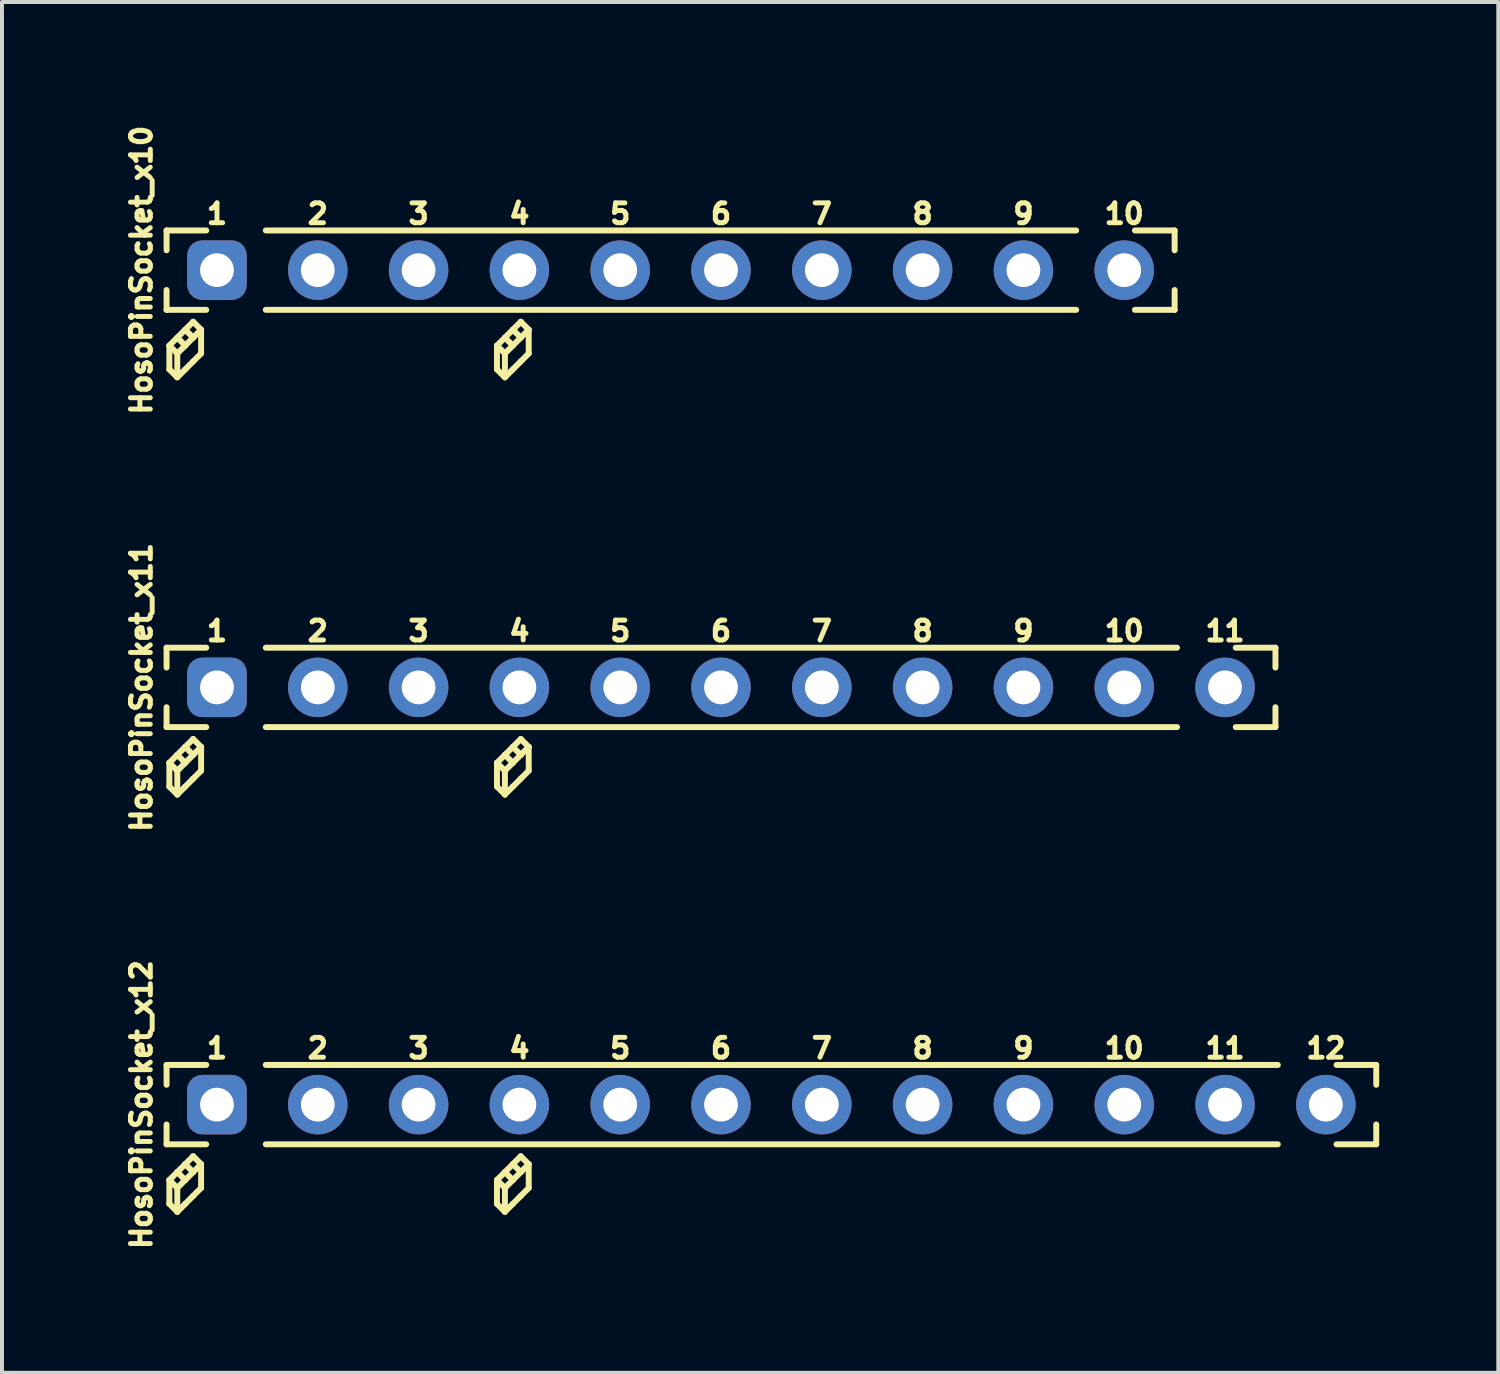
<source format=kicad_pcb>
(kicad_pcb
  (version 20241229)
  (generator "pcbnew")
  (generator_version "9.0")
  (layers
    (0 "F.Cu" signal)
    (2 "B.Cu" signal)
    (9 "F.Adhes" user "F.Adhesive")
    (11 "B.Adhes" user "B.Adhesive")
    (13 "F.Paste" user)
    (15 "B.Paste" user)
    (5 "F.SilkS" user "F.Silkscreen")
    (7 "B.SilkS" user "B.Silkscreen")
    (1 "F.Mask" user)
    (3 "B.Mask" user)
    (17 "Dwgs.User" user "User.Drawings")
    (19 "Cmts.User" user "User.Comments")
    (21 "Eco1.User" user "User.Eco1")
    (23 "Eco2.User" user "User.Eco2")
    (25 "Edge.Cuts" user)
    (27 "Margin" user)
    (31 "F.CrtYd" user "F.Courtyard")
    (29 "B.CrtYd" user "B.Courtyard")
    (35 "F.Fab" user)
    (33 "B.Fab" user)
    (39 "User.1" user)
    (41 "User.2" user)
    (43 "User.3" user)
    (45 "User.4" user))
  (footprint "HosoPinSocket_x12"
    (layer "F.Cu")
    (at 2.417 24.783)
    (property "Reference" "HosoPinSocket_x12" (at -1.905 0 90) (layer "F.SilkS") (effects (font (size 0.5 0.5) (thickness 0.125))))
    (attr through_hole)
    (fp_line (start -1.27 -1) (end -1.27 -0.5) (stroke (width 0.15) (type solid)) (layer "F.SilkS"))
    (fp_line (start -1.27 -1) (end -0.27 -1) (stroke (width 0.15) (type solid)) (layer "F.SilkS"))
    (fp_line (start -1.27 1) (end -1.27 0.5) (stroke (width 0.15) (type solid)) (layer "F.SilkS"))
    (fp_line (start -1.27 1) (end -0.27 1) (stroke (width 0.15) (type solid)) (layer "F.SilkS"))
    (fp_line (start -1.2 1.9) (end -1.2 2.5) (stroke (width 0.15) (type solid)) (layer "F.SilkS"))
    (fp_line (start -1.2 1.9) (end -1 1.7) (stroke (width 0.15) (type solid)) (layer "F.SilkS"))
    (fp_line (start -1.2 2.5) (end -1 2.7) (stroke (width 0.15) (type solid)) (layer "F.SilkS"))
    (fp_line (start -1 1.7) (end -0.8 1.5) (stroke (width 0.15) (type solid)) (layer "F.SilkS"))
    (fp_line (start -1 1.7) (end -0.8 1.9) (stroke (width 0.15) (type solid)) (layer "F.SilkS"))
    (fp_line (start -1 2.1) (end -1.2 1.9) (stroke (width 0.15) (type solid)) (layer "F.SilkS"))
    (fp_line (start -1 2.1) (end -1 2.7) (stroke (width 0.15) (type solid)) (layer "F.SilkS"))
    (fp_line (start -1 2.7) (end -0.8 2.5) (stroke (width 0.15) (type solid)) (layer "F.SilkS"))
    (fp_line (start -0.8 1.5) (end -0.6 1.3) (stroke (width 0.15) (type solid)) (layer "F.SilkS"))
    (fp_line (start -0.8 1.5) (end -0.6 1.7) (stroke (width 0.15) (type solid)) (layer "F.SilkS"))
    (fp_line (start -0.8 1.9) (end -1 2.1) (stroke (width 0.15) (type solid)) (layer "F.SilkS"))
    (fp_line (start -0.6 1.3) (end -0.4 1.5) (stroke (width 0.15) (type solid)) (layer "F.SilkS"))
    (fp_line (start -0.6 1.7) (end -0.8 1.9) (stroke (width 0.15) (type solid)) (layer "F.SilkS"))
    (fp_line (start -0.6 2.3) (end -0.8 2.5) (stroke (width 0.15) (type solid)) (layer "F.SilkS"))
    (fp_line (start -0.4 1.5) (end -0.6 1.7) (stroke (width 0.15) (type solid)) (layer "F.SilkS"))
    (fp_line (start -0.4 1.5) (end -0.4 2.1) (stroke (width 0.15) (type solid)) (layer "F.SilkS"))
    (fp_line (start -0.4 2.1) (end -0.6 2.3) (stroke (width 0.15) (type solid)) (layer "F.SilkS"))
    (fp_line (start 1.23 -1) (end 26.73 -1) (stroke (width 0.15) (type solid)) (layer "F.SilkS"))
    (fp_line (start 7.055 1.9) (end 7.055 2.5) (stroke (width 0.15) (type solid)) (layer "F.SilkS"))
    (fp_line (start 7.055 1.9) (end 7.255 1.7) (stroke (width 0.15) (type solid)) (layer "F.SilkS"))
    (fp_line (start 7.055 2.5) (end 7.255 2.7) (stroke (width 0.15) (type solid)) (layer "F.SilkS"))
    (fp_line (start 7.255 1.7) (end 7.455 1.5) (stroke (width 0.15) (type solid)) (layer "F.SilkS"))
    (fp_line (start 7.255 1.7) (end 7.455 1.9) (stroke (width 0.15) (type solid)) (layer "F.SilkS"))
    (fp_line (start 7.255 2.1) (end 7.055 1.9) (stroke (width 0.15) (type solid)) (layer "F.SilkS"))
    (fp_line (start 7.255 2.1) (end 7.255 2.7) (stroke (width 0.15) (type solid)) (layer "F.SilkS"))
    (fp_line (start 7.255 2.7) (end 7.455 2.5) (stroke (width 0.15) (type solid)) (layer "F.SilkS"))
    (fp_line (start 7.455 1.5) (end 7.655 1.3) (stroke (width 0.15) (type solid)) (layer "F.SilkS"))
    (fp_line (start 7.455 1.5) (end 7.655 1.7) (stroke (width 0.15) (type solid)) (layer "F.SilkS"))
    (fp_line (start 7.455 1.9) (end 7.255 2.1) (stroke (width 0.15) (type solid)) (layer "F.SilkS"))
    (fp_line (start 7.655 1.3) (end 7.855 1.5) (stroke (width 0.15) (type solid)) (layer "F.SilkS"))
    (fp_line (start 7.655 1.7) (end 7.455 1.9) (stroke (width 0.15) (type solid)) (layer "F.SilkS"))
    (fp_line (start 7.655 2.3) (end 7.455 2.5) (stroke (width 0.15) (type solid)) (layer "F.SilkS"))
    (fp_line (start 7.855 1.5) (end 7.655 1.7) (stroke (width 0.15) (type solid)) (layer "F.SilkS"))
    (fp_line (start 7.855 1.5) (end 7.855 2.1) (stroke (width 0.15) (type solid)) (layer "F.SilkS"))
    (fp_line (start 7.855 2.1) (end 7.655 2.3) (stroke (width 0.15) (type solid)) (layer "F.SilkS"))
    (fp_line (start 26.73 1) (end 1.23 1) (stroke (width 0.15) (type solid)) (layer "F.SilkS"))
    (fp_line (start 29.21 -1) (end 28.21 -1) (stroke (width 0.15) (type solid)) (layer "F.SilkS"))
    (fp_line (start 29.21 -0.5) (end 29.21 -1) (stroke (width 0.15) (type solid)) (layer "F.SilkS"))
    (fp_line (start 29.21 1) (end 28.21 1) (stroke (width 0.15) (type solid)) (layer "F.SilkS"))
    (fp_line (start 29.21 1) (end 29.21 0.5) (stroke (width 0.15) (type solid)) (layer "F.SilkS"))
    (fp_text user "9" (at 20.32 -1.42 0) (layer "F.SilkS") (effects (font (size 0.5 0.5) (thickness 0.125))))
    (fp_text user "1" (at 0 -1.42 0) (layer "F.SilkS") (effects (font (size 0.5 0.5) (thickness 0.125))))
    (fp_text user "8" (at 17.78 -1.42 0) (layer "F.SilkS") (effects (font (size 0.5 0.5) (thickness 0.125))))
    (fp_text user "4" (at 7.62 -1.42 0) (layer "F.SilkS") (effects (font (size 0.5 0.5) (thickness 0.125))))
    (fp_text user "2" (at 2.54 -1.42 0) (layer "F.SilkS") (effects (font (size 0.5 0.5) (thickness 0.125))))
    (fp_text user "7" (at 15.24 -1.42 0) (layer "F.SilkS") (effects (font (size 0.5 0.5) (thickness 0.125))))
    (fp_text user "5" (at 10.16 -1.42 0) (layer "F.SilkS") (effects (font (size 0.5 0.5) (thickness 0.125))))
    (fp_text user "10" (at 22.86 -1.42 0) (layer "F.SilkS") (effects (font (size 0.5 0.5) (thickness 0.125))))
    (fp_text user "6" (at 12.7 -1.42 0) (layer "F.SilkS") (effects (font (size 0.5 0.5) (thickness 0.125))))
    (fp_text user "3" (at 5.08 -1.42 0) (layer "F.SilkS") (effects (font (size 0.5 0.5) (thickness 0.125))))
    (fp_text user "11" (at 25.4 -1.42 0) (layer "F.SilkS") (effects (font (size 0.5 0.5) (thickness 0.125))))
    (fp_text user "12" (at 27.94 -1.42 0) (layer "F.SilkS") (effects (font (size 0.5 0.5) (thickness 0.125))))
    (pad "1" thru_hole roundrect (at 0 0 90) (size 1.5 1.5) (drill 0.85) (layers "*.Cu" "*.Mask") (roundrect_rratio 0.25))
    (pad "2" thru_hole circle (at 2.54 0) (size 1.5 1.5) (drill 0.85) (layers "*.Cu" "*.Mask"))
    (pad "3" thru_hole circle (at 5.08 0) (size 1.5 1.5) (drill 0.85) (layers "*.Cu" "*.Mask"))
    (pad "4" thru_hole circle (at 7.62 0) (size 1.5 1.5) (drill 0.85) (layers "*.Cu" "*.Mask"))
    (pad "5" thru_hole circle (at 10.16 0) (size 1.5 1.5) (drill 0.85) (layers "*.Cu" "*.Mask"))
    (pad "6" thru_hole circle (at 12.7 0) (size 1.5 1.5) (drill 0.85) (layers "*.Cu" "*.Mask"))
    (pad "7" thru_hole circle (at 15.24 0) (size 1.5 1.5) (drill 0.85) (layers "*.Cu" "*.Mask"))
    (pad "8" thru_hole circle (at 17.78 0) (size 1.5 1.5) (drill 0.85) (layers "*.Cu" "*.Mask"))
    (pad "9" thru_hole circle (at 20.32 0) (size 1.5 1.5) (drill 0.85) (layers "*.Cu" "*.Mask"))
    (pad "10" thru_hole circle (at 22.86 0) (size 1.5 1.5) (drill 0.85) (layers "*.Cu" "*.Mask"))
    (pad "11" thru_hole circle (at 25.4 0) (size 1.5 1.5) (drill 0.85) (layers "*.Cu" "*.Mask"))
    (pad "12" thru_hole circle (at 27.94 0) (size 1.5 1.5) (drill 0.85) (layers "*.Cu" "B.Mask")))
  (footprint "HosoPinSocket_x11"
    (layer "F.Cu")
    (at 2.417 14.27)
    (property "Reference" "HosoPinSocket_x11" (at -1.905 0 90) (layer "F.SilkS") (effects (font (size 0.5 0.5) (thickness 0.125))))
    (attr through_hole)
    (fp_line (start -1.27 -1) (end -1.27 -0.5) (stroke (width 0.15) (type solid)) (layer "F.SilkS"))
    (fp_line (start -1.27 -1) (end -0.27 -1) (stroke (width 0.15) (type solid)) (layer "F.SilkS"))
    (fp_line (start -1.27 1) (end -1.27 0.5) (stroke (width 0.15) (type solid)) (layer "F.SilkS"))
    (fp_line (start -1.27 1) (end -0.27 1) (stroke (width 0.15) (type solid)) (layer "F.SilkS"))
    (fp_line (start -1.2 1.9) (end -1.2 2.5) (stroke (width 0.15) (type solid)) (layer "F.SilkS"))
    (fp_line (start -1.2 1.9) (end -1 1.7) (stroke (width 0.15) (type solid)) (layer "F.SilkS"))
    (fp_line (start -1.2 2.5) (end -1 2.7) (stroke (width 0.15) (type solid)) (layer "F.SilkS"))
    (fp_line (start -1 1.7) (end -0.8 1.5) (stroke (width 0.15) (type solid)) (layer "F.SilkS"))
    (fp_line (start -1 1.7) (end -0.8 1.9) (stroke (width 0.15) (type solid)) (layer "F.SilkS"))
    (fp_line (start -1 2.1) (end -1.2 1.9) (stroke (width 0.15) (type solid)) (layer "F.SilkS"))
    (fp_line (start -1 2.1) (end -1 2.7) (stroke (width 0.15) (type solid)) (layer "F.SilkS"))
    (fp_line (start -1 2.7) (end -0.8 2.5) (stroke (width 0.15) (type solid)) (layer "F.SilkS"))
    (fp_line (start -0.8 1.5) (end -0.6 1.3) (stroke (width 0.15) (type solid)) (layer "F.SilkS"))
    (fp_line (start -0.8 1.5) (end -0.6 1.7) (stroke (width 0.15) (type solid)) (layer "F.SilkS"))
    (fp_line (start -0.8 1.9) (end -1 2.1) (stroke (width 0.15) (type solid)) (layer "F.SilkS"))
    (fp_line (start -0.6 1.3) (end -0.4 1.5) (stroke (width 0.15) (type solid)) (layer "F.SilkS"))
    (fp_line (start -0.6 1.7) (end -0.8 1.9) (stroke (width 0.15) (type solid)) (layer "F.SilkS"))
    (fp_line (start -0.6 2.3) (end -0.8 2.5) (stroke (width 0.15) (type solid)) (layer "F.SilkS"))
    (fp_line (start -0.4 1.5) (end -0.6 1.7) (stroke (width 0.15) (type solid)) (layer "F.SilkS"))
    (fp_line (start -0.4 1.5) (end -0.4 2.1) (stroke (width 0.15) (type solid)) (layer "F.SilkS"))
    (fp_line (start -0.4 2.1) (end -0.6 2.3) (stroke (width 0.15) (type solid)) (layer "F.SilkS"))
    (fp_line (start 1.23 -1) (end 24.19 -1) (stroke (width 0.15) (type solid)) (layer "F.SilkS"))
    (fp_line (start 7.055 1.9) (end 7.055 2.5) (stroke (width 0.15) (type solid)) (layer "F.SilkS"))
    (fp_line (start 7.055 1.9) (end 7.255 1.7) (stroke (width 0.15) (type solid)) (layer "F.SilkS"))
    (fp_line (start 7.055 2.5) (end 7.255 2.7) (stroke (width 0.15) (type solid)) (layer "F.SilkS"))
    (fp_line (start 7.255 1.7) (end 7.455 1.5) (stroke (width 0.15) (type solid)) (layer "F.SilkS"))
    (fp_line (start 7.255 1.7) (end 7.455 1.9) (stroke (width 0.15) (type solid)) (layer "F.SilkS"))
    (fp_line (start 7.255 2.1) (end 7.055 1.9) (stroke (width 0.15) (type solid)) (layer "F.SilkS"))
    (fp_line (start 7.255 2.1) (end 7.255 2.7) (stroke (width 0.15) (type solid)) (layer "F.SilkS"))
    (fp_line (start 7.255 2.7) (end 7.455 2.5) (stroke (width 0.15) (type solid)) (layer "F.SilkS"))
    (fp_line (start 7.455 1.5) (end 7.655 1.3) (stroke (width 0.15) (type solid)) (layer "F.SilkS"))
    (fp_line (start 7.455 1.5) (end 7.655 1.7) (stroke (width 0.15) (type solid)) (layer "F.SilkS"))
    (fp_line (start 7.455 1.9) (end 7.255 2.1) (stroke (width 0.15) (type solid)) (layer "F.SilkS"))
    (fp_line (start 7.655 1.3) (end 7.855 1.5) (stroke (width 0.15) (type solid)) (layer "F.SilkS"))
    (fp_line (start 7.655 1.7) (end 7.455 1.9) (stroke (width 0.15) (type solid)) (layer "F.SilkS"))
    (fp_line (start 7.655 2.3) (end 7.455 2.5) (stroke (width 0.15) (type solid)) (layer "F.SilkS"))
    (fp_line (start 7.855 1.5) (end 7.655 1.7) (stroke (width 0.15) (type solid)) (layer "F.SilkS"))
    (fp_line (start 7.855 1.5) (end 7.855 2.1) (stroke (width 0.15) (type solid)) (layer "F.SilkS"))
    (fp_line (start 7.855 2.1) (end 7.655 2.3) (stroke (width 0.15) (type solid)) (layer "F.SilkS"))
    (fp_line (start 24.19 1) (end 1.23 1) (stroke (width 0.15) (type solid)) (layer "F.SilkS"))
    (fp_line (start 26.67 -1) (end 25.67 -1) (stroke (width 0.15) (type solid)) (layer "F.SilkS"))
    (fp_line (start 26.67 -0.5) (end 26.67 -1) (stroke (width 0.15) (type solid)) (layer "F.SilkS"))
    (fp_line (start 26.67 1) (end 25.67 1) (stroke (width 0.15) (type solid)) (layer "F.SilkS"))
    (fp_line (start 26.67 1) (end 26.67 0.5) (stroke (width 0.15) (type solid)) (layer "F.SilkS"))
    (fp_text user "6" (at 12.7 -1.42 0) (layer "F.SilkS") (effects (font (size 0.5 0.5) (thickness 0.125))))
    (fp_text user "2" (at 2.54 -1.42 0) (layer "F.SilkS") (effects (font (size 0.5 0.5) (thickness 0.125))))
    (fp_text user "7" (at 15.24 -1.42 0) (layer "F.SilkS") (effects (font (size 0.5 0.5) (thickness 0.125))))
    (fp_text user "11" (at 25.4 -1.42 0) (layer "F.SilkS") (effects (font (size 0.5 0.5) (thickness 0.125))))
    (fp_text user "9" (at 20.32 -1.42 0) (layer "F.SilkS") (effects (font (size 0.5 0.5) (thickness 0.125))))
    (fp_text user "5" (at 10.16 -1.42 0) (layer "F.SilkS") (effects (font (size 0.5 0.5) (thickness 0.125))))
    (fp_text user "3" (at 5.08 -1.42 0) (layer "F.SilkS") (effects (font (size 0.5 0.5) (thickness 0.125))))
    (fp_text user "1" (at 0 -1.42 0) (layer "F.SilkS") (effects (font (size 0.5 0.5) (thickness 0.125))))
    (fp_text user "10" (at 22.86 -1.42 0) (layer "F.SilkS") (effects (font (size 0.5 0.5) (thickness 0.125))))
    (fp_text user "4" (at 7.62 -1.42 0) (layer "F.SilkS") (effects (font (size 0.5 0.5) (thickness 0.125))))
    (fp_text user "8" (at 17.78 -1.42 0) (layer "F.SilkS") (effects (font (size 0.5 0.5) (thickness 0.125))))
    (pad "1" thru_hole roundrect (at 0 0 90) (size 1.5 1.5) (drill 0.85) (layers "*.Cu" "*.Mask") (roundrect_rratio 0.25))
    (pad "2" thru_hole circle (at 2.54 0) (size 1.5 1.5) (drill 0.85) (layers "*.Cu" "*.Mask"))
    (pad "3" thru_hole circle (at 5.08 0) (size 1.5 1.5) (drill 0.85) (layers "*.Cu" "*.Mask"))
    (pad "4" thru_hole circle (at 7.62 0) (size 1.5 1.5) (drill 0.85) (layers "*.Cu" "*.Mask"))
    (pad "5" thru_hole circle (at 10.16 0) (size 1.5 1.5) (drill 0.85) (layers "*.Cu" "*.Mask"))
    (pad "6" thru_hole circle (at 12.7 0) (size 1.5 1.5) (drill 0.85) (layers "*.Cu" "*.Mask"))
    (pad "7" thru_hole circle (at 15.24 0) (size 1.5 1.5) (drill 0.85) (layers "*.Cu" "*.Mask"))
    (pad "8" thru_hole circle (at 17.78 0) (size 1.5 1.5) (drill 0.85) (layers "*.Cu" "*.Mask"))
    (pad "9" thru_hole circle (at 20.32 0) (size 1.5 1.5) (drill 0.85) (layers "*.Cu" "*.Mask"))
    (pad "10" thru_hole circle (at 22.86 0) (size 1.5 1.5) (drill 0.85) (layers "*.Cu" "*.Mask"))
    (pad "11" thru_hole circle (at 25.4 0) (size 1.5 1.5) (drill 0.85) (layers "*.Cu" "*.Mask")))
  (footprint "HosoPinSocket_x10"
    (layer "F.Cu")
    (at 2.417 3.757)
    (property "Reference" "HosoPinSocket_x10" (at -1.905 0 90) (layer "F.SilkS") (effects (font (size 0.5 0.5) (thickness 0.125))))
    (attr through_hole)
    (fp_line (start -1.27 -1) (end -1.27 -0.5) (stroke (width 0.15) (type solid)) (layer "F.SilkS"))
    (fp_line (start -1.27 -1) (end -0.27 -1) (stroke (width 0.15) (type solid)) (layer "F.SilkS"))
    (fp_line (start -1.27 1) (end -1.27 0.5) (stroke (width 0.15) (type solid)) (layer "F.SilkS"))
    (fp_line (start -1.27 1) (end -0.27 1) (stroke (width 0.15) (type solid)) (layer "F.SilkS"))
    (fp_line (start -1.2 1.9) (end -1.2 2.5) (stroke (width 0.15) (type solid)) (layer "F.SilkS"))
    (fp_line (start -1.2 1.9) (end -1 1.7) (stroke (width 0.15) (type solid)) (layer "F.SilkS"))
    (fp_line (start -1.2 2.5) (end -1 2.7) (stroke (width 0.15) (type solid)) (layer "F.SilkS"))
    (fp_line (start -1 1.7) (end -0.8 1.5) (stroke (width 0.15) (type solid)) (layer "F.SilkS"))
    (fp_line (start -1 1.7) (end -0.8 1.9) (stroke (width 0.15) (type solid)) (layer "F.SilkS"))
    (fp_line (start -1 2.1) (end -1.2 1.9) (stroke (width 0.15) (type solid)) (layer "F.SilkS"))
    (fp_line (start -1 2.1) (end -1 2.7) (stroke (width 0.15) (type solid)) (layer "F.SilkS"))
    (fp_line (start -1 2.7) (end -0.8 2.5) (stroke (width 0.15) (type solid)) (layer "F.SilkS"))
    (fp_line (start -0.8 1.5) (end -0.6 1.3) (stroke (width 0.15) (type solid)) (layer "F.SilkS"))
    (fp_line (start -0.8 1.5) (end -0.6 1.7) (stroke (width 0.15) (type solid)) (layer "F.SilkS"))
    (fp_line (start -0.8 1.9) (end -1 2.1) (stroke (width 0.15) (type solid)) (layer "F.SilkS"))
    (fp_line (start -0.6 1.3) (end -0.4 1.5) (stroke (width 0.15) (type solid)) (layer "F.SilkS"))
    (fp_line (start -0.6 1.7) (end -0.8 1.9) (stroke (width 0.15) (type solid)) (layer "F.SilkS"))
    (fp_line (start -0.6 2.3) (end -0.8 2.5) (stroke (width 0.15) (type solid)) (layer "F.SilkS"))
    (fp_line (start -0.4 1.5) (end -0.6 1.7) (stroke (width 0.15) (type solid)) (layer "F.SilkS"))
    (fp_line (start -0.4 1.5) (end -0.4 2.1) (stroke (width 0.15) (type solid)) (layer "F.SilkS"))
    (fp_line (start -0.4 2.1) (end -0.6 2.3) (stroke (width 0.15) (type solid)) (layer "F.SilkS"))
    (fp_line (start 1.23 -1) (end 21.65 -1) (stroke (width 0.15) (type solid)) (layer "F.SilkS"))
    (fp_line (start 7.055 1.9) (end 7.055 2.5) (stroke (width 0.15) (type solid)) (layer "F.SilkS"))
    (fp_line (start 7.055 1.9) (end 7.255 1.7) (stroke (width 0.15) (type solid)) (layer "F.SilkS"))
    (fp_line (start 7.055 2.5) (end 7.255 2.7) (stroke (width 0.15) (type solid)) (layer "F.SilkS"))
    (fp_line (start 7.255 1.7) (end 7.455 1.5) (stroke (width 0.15) (type solid)) (layer "F.SilkS"))
    (fp_line (start 7.255 1.7) (end 7.455 1.9) (stroke (width 0.15) (type solid)) (layer "F.SilkS"))
    (fp_line (start 7.255 2.1) (end 7.055 1.9) (stroke (width 0.15) (type solid)) (layer "F.SilkS"))
    (fp_line (start 7.255 2.1) (end 7.255 2.7) (stroke (width 0.15) (type solid)) (layer "F.SilkS"))
    (fp_line (start 7.255 2.7) (end 7.455 2.5) (stroke (width 0.15) (type solid)) (layer "F.SilkS"))
    (fp_line (start 7.455 1.5) (end 7.655 1.3) (stroke (width 0.15) (type solid)) (layer "F.SilkS"))
    (fp_line (start 7.455 1.5) (end 7.655 1.7) (stroke (width 0.15) (type solid)) (layer "F.SilkS"))
    (fp_line (start 7.455 1.9) (end 7.255 2.1) (stroke (width 0.15) (type solid)) (layer "F.SilkS"))
    (fp_line (start 7.655 1.3) (end 7.855 1.5) (stroke (width 0.15) (type solid)) (layer "F.SilkS"))
    (fp_line (start 7.655 1.7) (end 7.455 1.9) (stroke (width 0.15) (type solid)) (layer "F.SilkS"))
    (fp_line (start 7.655 2.3) (end 7.455 2.5) (stroke (width 0.15) (type solid)) (layer "F.SilkS"))
    (fp_line (start 7.855 1.5) (end 7.655 1.7) (stroke (width 0.15) (type solid)) (layer "F.SilkS"))
    (fp_line (start 7.855 1.5) (end 7.855 2.1) (stroke (width 0.15) (type solid)) (layer "F.SilkS"))
    (fp_line (start 7.855 2.1) (end 7.655 2.3) (stroke (width 0.15) (type solid)) (layer "F.SilkS"))
    (fp_line (start 21.65 1) (end 1.23 1) (stroke (width 0.15) (type solid)) (layer "F.SilkS"))
    (fp_line (start 24.13 -1) (end 23.13 -1) (stroke (width 0.15) (type solid)) (layer "F.SilkS"))
    (fp_line (start 24.13 -0.5) (end 24.13 -1) (stroke (width 0.15) (type solid)) (layer "F.SilkS"))
    (fp_line (start 24.13 1) (end 23.13 1) (stroke (width 0.15) (type solid)) (layer "F.SilkS"))
    (fp_line (start 24.13 1) (end 24.13 0.5) (stroke (width 0.15) (type solid)) (layer "F.SilkS"))
    (fp_text user "2" (at 2.54 -1.42 0) (layer "F.SilkS") (effects (font (size 0.5 0.5) (thickness 0.125))))
    (fp_text user "8" (at 17.78 -1.42 0) (layer "F.SilkS") (effects (font (size 0.5 0.5) (thickness 0.125))))
    (fp_text user "1" (at 0 -1.42 0) (layer "F.SilkS") (effects (font (size 0.5 0.5) (thickness 0.125))))
    (fp_text user "6" (at 12.7 -1.42 0) (layer "F.SilkS") (effects (font (size 0.5 0.5) (thickness 0.125))))
    (fp_text user "5" (at 10.16 -1.42 0) (layer "F.SilkS") (effects (font (size 0.5 0.5) (thickness 0.125))))
    (fp_text user "9" (at 20.32 -1.42 0) (layer "F.SilkS") (effects (font (size 0.5 0.5) (thickness 0.125))))
    (fp_text user "3" (at 5.08 -1.42 0) (layer "F.SilkS") (effects (font (size 0.5 0.5) (thickness 0.125))))
    (fp_text user "4" (at 7.62 -1.42 0) (layer "F.SilkS") (effects (font (size 0.5 0.5) (thickness 0.125))))
    (fp_text user "7" (at 15.24 -1.42 0) (layer "F.SilkS") (effects (font (size 0.5 0.5) (thickness 0.125))))
    (fp_text user "10" (at 22.86 -1.42 0) (layer "F.SilkS") (effects (font (size 0.5 0.5) (thickness 0.125))))
    (pad "1" thru_hole roundrect (at 0 0 90) (size 1.5 1.5) (drill 0.85) (layers "*.Cu" "*.Mask") (roundrect_rratio 0.25))
    (pad "2" thru_hole circle (at 2.54 0) (size 1.5 1.5) (drill 0.85) (layers "*.Cu" "*.Mask"))
    (pad "3" thru_hole circle (at 5.08 0) (size 1.5 1.5) (drill 0.85) (layers "*.Cu" "*.Mask"))
    (pad "4" thru_hole circle (at 7.62 0) (size 1.5 1.5) (drill 0.85) (layers "*.Cu" "*.Mask"))
    (pad "5" thru_hole circle (at 10.16 0) (size 1.5 1.5) (drill 0.85) (layers "*.Cu" "*.Mask"))
    (pad "6" thru_hole circle (at 12.7 0) (size 1.5 1.5) (drill 0.85) (layers "*.Cu" "*.Mask"))
    (pad "7" thru_hole circle (at 15.24 0) (size 1.5 1.5) (drill 0.85) (layers "*.Cu" "*.Mask"))
    (pad "8" thru_hole circle (at 17.78 0) (size 1.5 1.5) (drill 0.85) (layers "*.Cu" "*.Mask"))
    (pad "9" thru_hole circle (at 20.32 0) (size 1.5 1.5) (drill 0.85) (layers "*.Cu" "*.Mask"))
    (pad "10" thru_hole circle (at 22.86 0) (size 1.5 1.5) (drill 0.85) (layers "*.Cu" "*.Mask")))
  (gr_rect
    (start -3 -3)
    (end 34.702 31.539)
    (stroke (width 0.1) (type default))
    (fill no)
    (layer "Edge.Cuts")))
</source>
